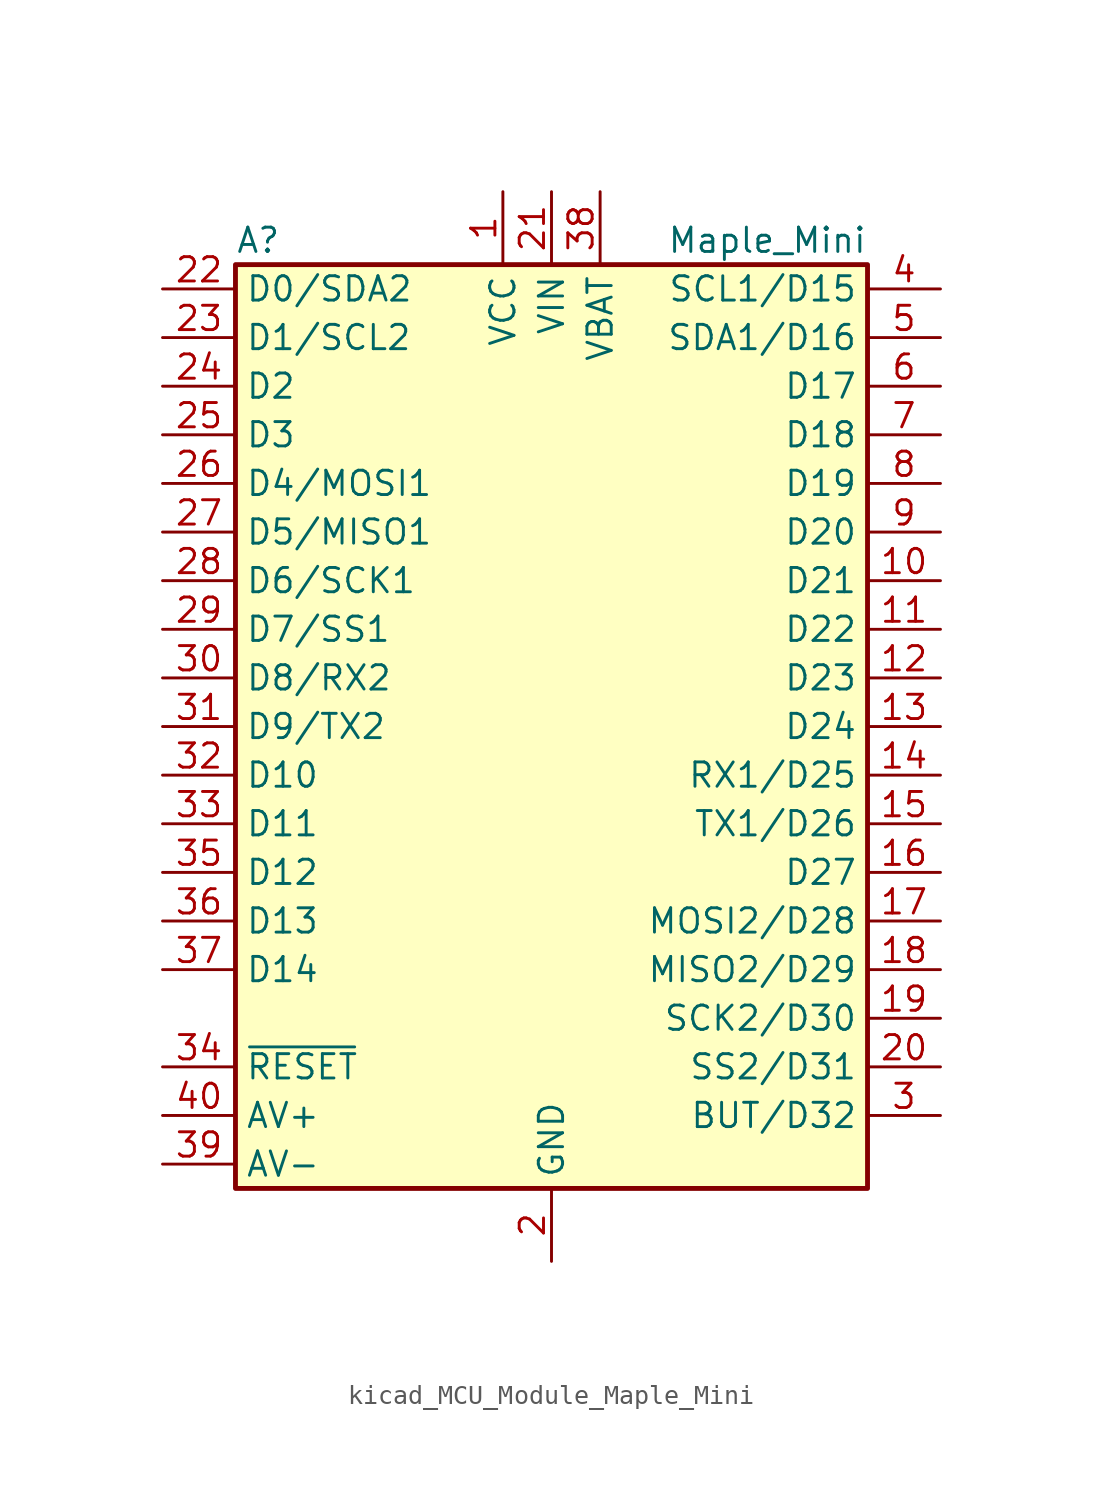
<source format=kicad_sym>
(kicad_symbol_lib
  (version 20220914)
  (generator kicad_symbol_editor)
  (symbol "kicad_MCU_Module_Maple_Mini"
    (property "Reference" "A"
      (at -16.51 25.4 0)
      (effects (font (size 1.27 1.27)) (justify left)))
    (property "Value" "Maple_Mini"
      (at 16.51 25.4 0)
      (effects (font (size 1.27 1.27)) (justify right)))
    (symbol "kicad_MCU_Module_Maple_Mini_0_1"
      (rectangle (start -16.51 24.13) (end 16.51 -24.13) (stroke (width 0.254) (type default)) (fill (type background))))
    (symbol "kicad_MCU_Module_Maple_Mini_1_1"
      (pin power_in line (at -2.54 27.94 270) (length 3.81) (name "VCC" (effects (font (size 1.27 1.27)))) (number "1" (effects (font (size 1.27 1.27)))))
      (pin bidirectional line (at 20.32 7.62 180) (length 3.81) (name "D21" (effects (font (size 1.27 1.27)))) (number "10" (effects (font (size 1.27 1.27)))))
      (pin bidirectional line (at 20.32 5.08 180) (length 3.81) (name "D22" (effects (font (size 1.27 1.27)))) (number "11" (effects (font (size 1.27 1.27)))))
      (pin bidirectional line (at 20.32 2.54 180) (length 3.81) (name "D23" (effects (font (size 1.27 1.27)))) (number "12" (effects (font (size 1.27 1.27)))))
      (pin bidirectional line (at 20.32 0 180) (length 3.81) (name "D24" (effects (font (size 1.27 1.27)))) (number "13" (effects (font (size 1.27 1.27)))))
      (pin bidirectional line (at 20.32 -2.54 180) (length 3.81) (name "RX1/D25" (effects (font (size 1.27 1.27)))) (number "14" (effects (font (size 1.27 1.27)))))
      (pin bidirectional line (at 20.32 -5.08 180) (length 3.81) (name "TX1/D26" (effects (font (size 1.27 1.27)))) (number "15" (effects (font (size 1.27 1.27)))))
      (pin bidirectional line (at 20.32 -7.62 180) (length 3.81) (name "D27" (effects (font (size 1.27 1.27)))) (number "16" (effects (font (size 1.27 1.27)))))
      (pin bidirectional line (at 20.32 -10.16 180) (length 3.81) (name "MOSI2/D28" (effects (font (size 1.27 1.27)))) (number "17" (effects (font (size 1.27 1.27)))))
      (pin bidirectional line (at 20.32 -12.7 180) (length 3.81) (name "MISO2/D29" (effects (font (size 1.27 1.27)))) (number "18" (effects (font (size 1.27 1.27)))))
      (pin bidirectional line (at 20.32 -15.24 180) (length 3.81) (name "SCK2/D30" (effects (font (size 1.27 1.27)))) (number "19" (effects (font (size 1.27 1.27)))))
      (pin power_in line (at 0 -27.94 90) (length 3.81) (name "GND" (effects (font (size 1.27 1.27)))) (number "2" (effects (font (size 1.27 1.27)))))
      (pin bidirectional line (at 20.32 -17.78 180) (length 3.81) (name "SS2/D31" (effects (font (size 1.27 1.27)))) (number "20" (effects (font (size 1.27 1.27)))))
      (pin power_in line (at 0 27.94 270) (length 3.81) (name "VIN" (effects (font (size 1.27 1.27)))) (number "21" (effects (font (size 1.27 1.27)))))
      (pin bidirectional line (at -20.32 22.86 0) (length 3.81) (name "D0/SDA2" (effects (font (size 1.27 1.27)))) (number "22" (effects (font (size 1.27 1.27)))))
      (pin bidirectional line (at -20.32 20.32 0) (length 3.81) (name "D1/SCL2" (effects (font (size 1.27 1.27)))) (number "23" (effects (font (size 1.27 1.27)))))
      (pin bidirectional line (at -20.32 17.78 0) (length 3.81) (name "D2" (effects (font (size 1.27 1.27)))) (number "24" (effects (font (size 1.27 1.27)))))
      (pin bidirectional line (at -20.32 15.24 0) (length 3.81) (name "D3" (effects (font (size 1.27 1.27)))) (number "25" (effects (font (size 1.27 1.27)))))
      (pin bidirectional line (at -20.32 12.7 0) (length 3.81) (name "D4/MOSI1" (effects (font (size 1.27 1.27)))) (number "26" (effects (font (size 1.27 1.27)))))
      (pin bidirectional line (at -20.32 10.16 0) (length 3.81) (name "D5/MISO1" (effects (font (size 1.27 1.27)))) (number "27" (effects (font (size 1.27 1.27)))))
      (pin bidirectional line (at -20.32 7.62 0) (length 3.81) (name "D6/SCK1" (effects (font (size 1.27 1.27)))) (number "28" (effects (font (size 1.27 1.27)))))
      (pin bidirectional line (at -20.32 5.08 0) (length 3.81) (name "D7/SS1" (effects (font (size 1.27 1.27)))) (number "29" (effects (font (size 1.27 1.27)))))
      (pin bidirectional line (at 20.32 -20.32 180) (length 3.81) (name "BUT/D32" (effects (font (size 1.27 1.27)))) (number "3" (effects (font (size 1.27 1.27)))))
      (pin bidirectional line (at -20.32 2.54 0) (length 3.81) (name "D8/RX2" (effects (font (size 1.27 1.27)))) (number "30" (effects (font (size 1.27 1.27)))))
      (pin bidirectional line (at -20.32 0 0) (length 3.81) (name "D9/TX2" (effects (font (size 1.27 1.27)))) (number "31" (effects (font (size 1.27 1.27)))))
      (pin bidirectional line (at -20.32 -2.54 0) (length 3.81) (name "D10" (effects (font (size 1.27 1.27)))) (number "32" (effects (font (size 1.27 1.27)))))
      (pin bidirectional line (at -20.32 -5.08 0) (length 3.81) (name "D11" (effects (font (size 1.27 1.27)))) (number "33" (effects (font (size 1.27 1.27)))))
      (pin input line (at -20.32 -17.78 0) (length 3.81) (name "~{RESET}" (effects (font (size 1.27 1.27)))) (number "34" (effects (font (size 1.27 1.27)))))
      (pin bidirectional line (at -20.32 -7.62 0) (length 3.81) (name "D12" (effects (font (size 1.27 1.27)))) (number "35" (effects (font (size 1.27 1.27)))))
      (pin bidirectional line (at -20.32 -10.16 0) (length 3.81) (name "D13" (effects (font (size 1.27 1.27)))) (number "36" (effects (font (size 1.27 1.27)))))
      (pin bidirectional line (at -20.32 -12.7 0) (length 3.81) (name "D14" (effects (font (size 1.27 1.27)))) (number "37" (effects (font (size 1.27 1.27)))))
      (pin power_in line (at 2.54 27.94 270) (length 3.81) (name "VBAT" (effects (font (size 1.27 1.27)))) (number "38" (effects (font (size 1.27 1.27)))))
      (pin output line (at -20.32 -22.86 0) (length 3.81) (name "AV-" (effects (font (size 1.27 1.27)))) (number "39" (effects (font (size 1.27 1.27)))))
      (pin bidirectional line (at 20.32 22.86 180) (length 3.81) (name "SCL1/D15" (effects (font (size 1.27 1.27)))) (number "4" (effects (font (size 1.27 1.27)))))
      (pin output line (at -20.32 -20.32 0) (length 3.81) (name "AV+" (effects (font (size 1.27 1.27)))) (number "40" (effects (font (size 1.27 1.27)))))
      (pin bidirectional line (at 20.32 20.32 180) (length 3.81) (name "SDA1/D16" (effects (font (size 1.27 1.27)))) (number "5" (effects (font (size 1.27 1.27)))))
      (pin bidirectional line (at 20.32 17.78 180) (length 3.81) (name "D17" (effects (font (size 1.27 1.27)))) (number "6" (effects (font (size 1.27 1.27)))))
      (pin bidirectional line (at 20.32 15.24 180) (length 3.81) (name "D18" (effects (font (size 1.27 1.27)))) (number "7" (effects (font (size 1.27 1.27)))))
      (pin bidirectional line (at 20.32 12.7 180) (length 3.81) (name "D19" (effects (font (size 1.27 1.27)))) (number "8" (effects (font (size 1.27 1.27)))))
      (pin bidirectional line (at 20.32 10.16 180) (length 3.81) (name "D20" (effects (font (size 1.27 1.27)))) (number "9" (effects (font (size 1.27 1.27))))))))
</source>
